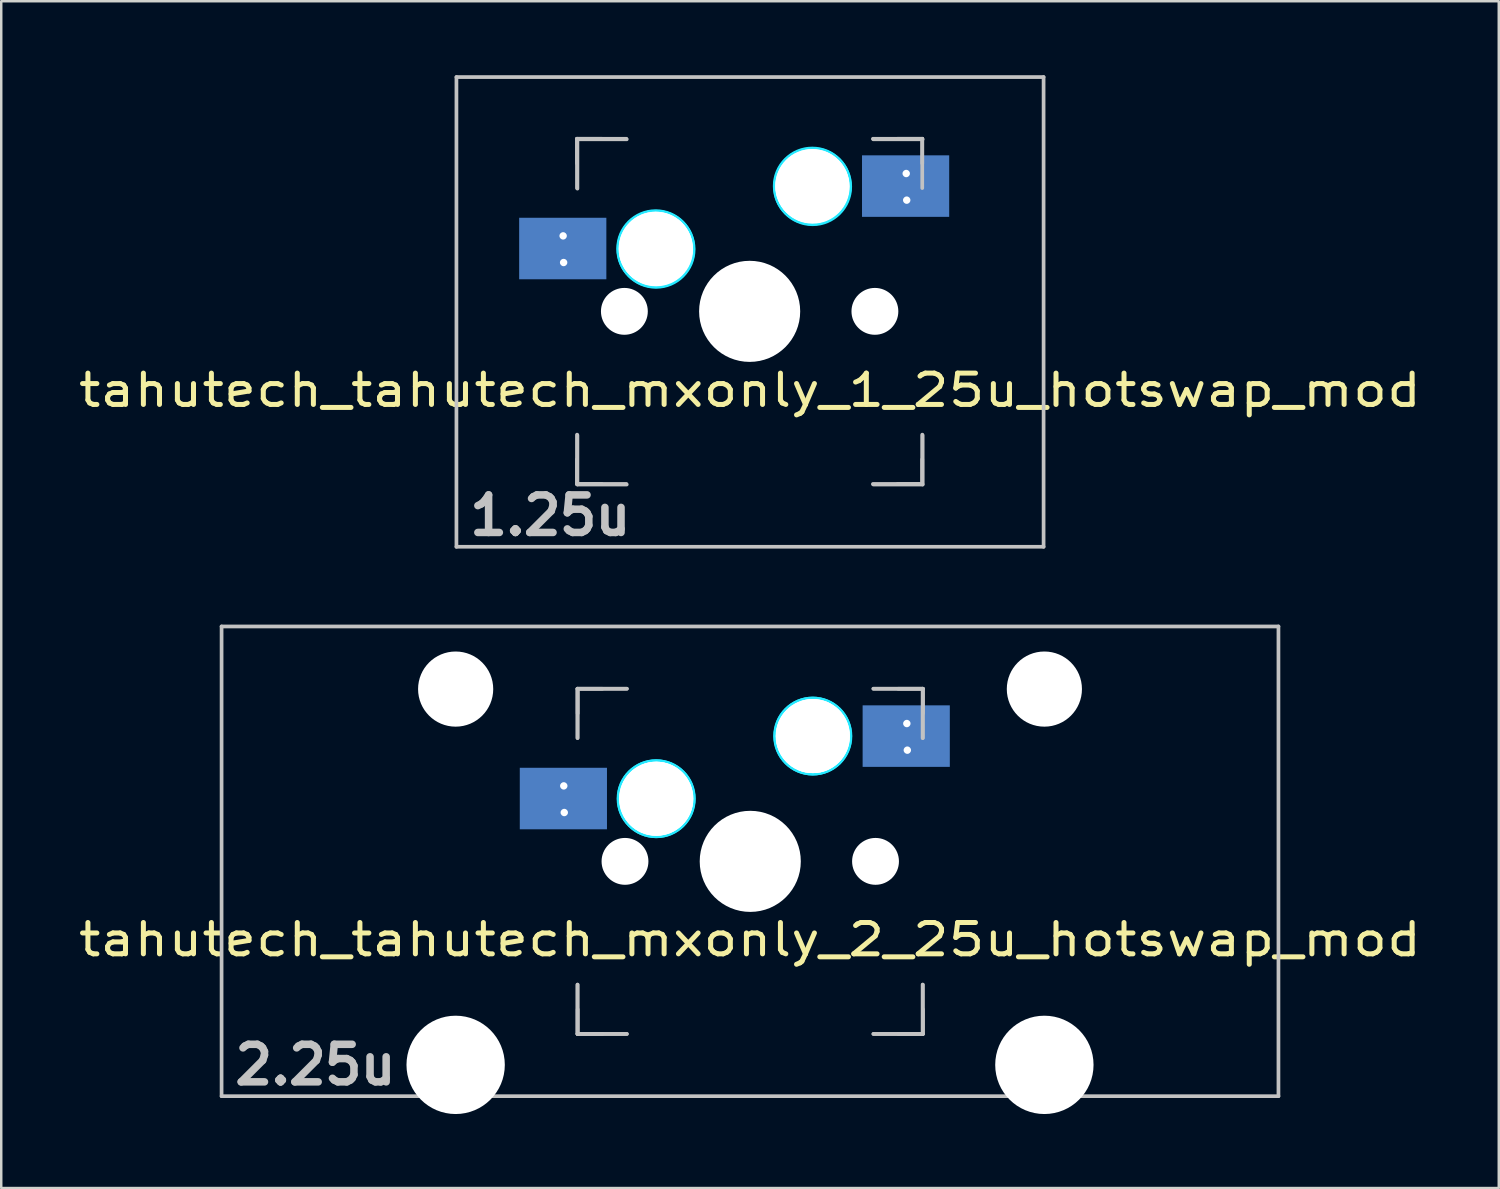
<source format=kicad_pcb>
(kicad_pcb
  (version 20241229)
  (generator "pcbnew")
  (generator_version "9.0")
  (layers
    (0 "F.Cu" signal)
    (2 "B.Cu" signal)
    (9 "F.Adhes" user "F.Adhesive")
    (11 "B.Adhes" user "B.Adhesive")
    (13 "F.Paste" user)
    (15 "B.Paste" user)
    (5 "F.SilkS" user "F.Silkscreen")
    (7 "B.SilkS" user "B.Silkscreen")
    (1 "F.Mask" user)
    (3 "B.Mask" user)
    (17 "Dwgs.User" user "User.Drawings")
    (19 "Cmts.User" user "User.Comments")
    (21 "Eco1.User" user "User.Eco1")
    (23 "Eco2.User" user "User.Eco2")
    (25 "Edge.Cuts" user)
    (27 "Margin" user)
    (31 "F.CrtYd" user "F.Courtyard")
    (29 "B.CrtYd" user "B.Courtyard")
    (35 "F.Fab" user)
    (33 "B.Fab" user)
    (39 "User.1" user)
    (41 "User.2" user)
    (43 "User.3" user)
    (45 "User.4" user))
  (footprint "tahutech_tahutech_mxonly_1_25u_hotswap_mod"
    (layer "F.Cu")
    (at 27.367 9.6)
    (property "Reference" "tahutech_tahutech_mxonly_1_25u_hotswap_mod" (at 0 3.175 0) (layer "F.SilkS") (effects (font (size 1.27 1.524) (thickness 0.203))))
    (attr smd)
    (fp_line (start -11.906 -9.525) (end 11.906 -9.525) (stroke (width 0.15) (type solid)) (layer "Dwgs.User"))
    (fp_line (start -11.906 9.525) (end -11.906 -9.525) (stroke (width 0.15) (type solid)) (layer "Dwgs.User"))
    (fp_line (start -7.015 -7.023) (end -7.015 -5.023) (stroke (width 0.15) (type solid)) (layer "Dwgs.User"))
    (fp_line (start -7.015 -7.023) (end -6.015 -7.023) (stroke (width 0.15) (type solid)) (layer "Dwgs.User"))
    (fp_line (start -7.015 -6.023) (end -7.015 -7.023) (stroke (width 0.15) (type solid)) (layer "Dwgs.User"))
    (fp_line (start -7.015 4.977) (end -7.015 6.977) (stroke (width 0.15) (type solid)) (layer "Dwgs.User"))
    (fp_line (start -7.015 5.977) (end -7.015 6.977) (stroke (width 0.15) (type solid)) (layer "Dwgs.User"))
    (fp_line (start -7.015 6.977) (end -6.015 6.977) (stroke (width 0.15) (type solid)) (layer "Dwgs.User"))
    (fp_line (start -7.015 6.977) (end -5.015 6.977) (stroke (width 0.15) (type solid)) (layer "Dwgs.User"))
    (fp_line (start -7 -7) (end -7 -5) (stroke (width 0.15) (type solid)) (layer "Dwgs.User"))
    (fp_line (start -7 5) (end -7 7) (stroke (width 0.15) (type solid)) (layer "Dwgs.User"))
    (fp_line (start -7 7) (end -5 7) (stroke (width 0.15) (type solid)) (layer "Dwgs.User"))
    (fp_line (start -5.015 -7.023) (end -7.015 -7.023) (stroke (width 0.15) (type solid)) (layer "Dwgs.User"))
    (fp_line (start -5 -7) (end -7 -7) (stroke (width 0.15) (type solid)) (layer "Dwgs.User"))
    (fp_line (start 4.985 -7.023) (end 6.985 -7.023) (stroke (width 0.15) (type solid)) (layer "Dwgs.User"))
    (fp_line (start 4.985 6.977) (end 6.985 6.977) (stroke (width 0.15) (type solid)) (layer "Dwgs.User"))
    (fp_line (start 5 -7) (end 7 -7) (stroke (width 0.15) (type solid)) (layer "Dwgs.User"))
    (fp_line (start 5 7) (end 7 7) (stroke (width 0.15) (type solid)) (layer "Dwgs.User"))
    (fp_line (start 5.985 6.977) (end 6.985 6.977) (stroke (width 0.15) (type solid)) (layer "Dwgs.User"))
    (fp_line (start 6.985 -7.023) (end 5.985 -7.023) (stroke (width 0.15) (type solid)) (layer "Dwgs.User"))
    (fp_line (start 6.985 -7.023) (end 6.985 -6.023) (stroke (width 0.15) (type solid)) (layer "Dwgs.User"))
    (fp_line (start 6.985 -7.023) (end 6.985 -5.023) (stroke (width 0.15) (type solid)) (layer "Dwgs.User"))
    (fp_line (start 6.985 6.977) (end 6.985 4.977) (stroke (width 0.15) (type solid)) (layer "Dwgs.User"))
    (fp_line (start 6.985 6.977) (end 6.985 5.977) (stroke (width 0.15) (type solid)) (layer "Dwgs.User"))
    (fp_line (start 7 7) (end 7 5) (stroke (width 0.15) (type solid)) (layer "Dwgs.User"))
    (fp_line (start 11.906 -9.525) (end 11.906 9.525) (stroke (width 0.15) (type solid)) (layer "Dwgs.User"))
    (fp_line (start 11.906 9.525) (end -11.906 9.525) (stroke (width 0.15) (type solid)) (layer "Dwgs.User"))
    (fp_circle (center -3.825 -2.563) (end -3.825 -4.087) (stroke (width 0.15) (type solid)) (fill no) (layer "B.CrtYd"))
    (fp_circle (center -3.81 -2.54) (end -3.81 -4.064) (stroke (width 0.15) (type solid)) (fill no) (layer "B.CrtYd"))
    (fp_circle (center 2.525 -5.103) (end 2.525 -6.627) (stroke (width 0.15) (type solid)) (fill no) (layer "B.CrtYd"))
    (fp_circle (center 2.54 -5.08) (end 2.54 -6.604) (stroke (width 0.15) (type solid)) (fill no) (layer "B.CrtYd"))
    (fp_text user "1.25u" (at -8.098 8.255 0) (layer "Dwgs.User") (effects (font (size 1.524 1.524) (thickness 0.305))))
    (pad "" np_thru_hole circle (at -5.095 -0.023 48.1) (size 1.75 1.75) (drill 1.75) (layers "*.Cu" "*.Mask"))
    (pad "" np_thru_hole circle (at -5.095 -0.023) (size 1.9 1.9) (drill 1.9) (layers "*.Cu" "*.Mask"))
    (pad "" np_thru_hole circle (at -5.08 0 48.1) (size 1.75 1.75) (drill 1.75) (layers "*.Cu" "*.Mask"))
    (pad "" np_thru_hole circle (at -3.825 -2.563) (size 3 3) (drill 3) (layers "*.Cu" "*.Mask"))
    (pad "" np_thru_hole circle (at -3.825 -2.563) (size 3 3) (drill 3) (layers "*.Cu" "*.Mask"))
    (pad "" np_thru_hole circle (at -3.81 -2.54) (size 3 3) (drill 3) (layers "*.Cu" "*.Mask"))
    (pad "" np_thru_hole circle (at -0.015 -0.023) (size 3.988 3.988) (drill 3.988) (layers "*.Cu" "*.Mask"))
    (pad "" np_thru_hole circle (at -0.015 -0.023 90) (size 4.1 4.1) (drill 4.1) (layers "*.Cu" "*.Mask"))
    (pad "" np_thru_hole circle (at 0 0) (size 3.988 3.988) (drill 3.988) (layers "*.Cu" "*.Mask"))
    (pad "" np_thru_hole circle (at 2.525 -5.103) (size 3 3) (drill 3) (layers "*.Cu" "*.Mask"))
    (pad "" np_thru_hole circle (at 2.525 -5.103) (size 3 3) (drill 3) (layers "*.Cu" "*.Mask"))
    (pad "" np_thru_hole circle (at 2.54 -5.08) (size 3 3) (drill 3) (layers "*.Cu" "*.Mask"))
    (pad "" np_thru_hole circle (at 5.065 -0.023 48.1) (size 1.75 1.75) (drill 1.75) (layers "*.Cu" "*.Mask"))
    (pad "" np_thru_hole circle (at 5.065 -0.023) (size 1.9 1.9) (drill 1.9) (layers "*.Cu" "*.Mask"))
    (pad "" np_thru_hole circle (at 5.08 0 48.1) (size 1.75 1.75) (drill 1.75) (layers "*.Cu" "*.Mask"))
    (pad "1" smd rect (at -7.594 -2.571 180) (size 3.536 2.495) (layers "B.Cu" "B.Mask" "B.Paste"))
    (pad "1" thru_hole circle (at -7.579 -3.084) (size 0.6 0.6) (drill 0.3) (layers "*.Cu" "*.Mask"))
    (pad "1" thru_hole circle (at -7.559 -2.004) (size 0.6 0.6) (drill 0.3) (layers "*.Cu" "*.Mask"))
    (pad "2" smd rect (at 6.31 -5.103 180) (size 3.536 2.495) (layers "B.Cu" "B.Mask" "B.Paste"))
    (pad "2" thru_hole circle (at 6.335 -5.613) (size 0.6 0.6) (drill 0.3) (layers "*.Cu" "*.Mask"))
    (pad "2" thru_hole circle (at 6.355 -4.533) (size 0.6 0.6) (drill 0.3) (layers "*.Cu" "*.Mask")))
  (footprint "tahutech_tahutech_mxonly_2_25u_hotswap_mod"
    (layer "F.Cu")
    (at 27.367 31.881)
    (property "Reference" "tahutech_tahutech_mxonly_2_25u_hotswap_mod" (at 0 3.175 0) (layer "F.SilkS") (effects (font (size 1.27 1.524) (thickness 0.203))))
    (attr smd)
    (fp_line (start -21.431 -9.525) (end 21.431 -9.525) (stroke (width 0.15) (type solid)) (layer "Dwgs.User"))
    (fp_line (start -21.431 9.525) (end -21.431 -9.525) (stroke (width 0.15) (type solid)) (layer "Dwgs.User"))
    (fp_line (start -7 -7) (end -7 -5) (stroke (width 0.15) (type solid)) (layer "Dwgs.User"))
    (fp_line (start -7 5) (end -7 7) (stroke (width 0.15) (type solid)) (layer "Dwgs.User"))
    (fp_line (start -7 7) (end -5 7) (stroke (width 0.15) (type solid)) (layer "Dwgs.User"))
    (fp_line (start -6.99 -6.998) (end -6.99 -4.998) (stroke (width 0.15) (type solid)) (layer "Dwgs.User"))
    (fp_line (start -6.99 -6.998) (end -5.99 -6.998) (stroke (width 0.15) (type solid)) (layer "Dwgs.User"))
    (fp_line (start -6.99 -5.998) (end -6.99 -6.998) (stroke (width 0.15) (type solid)) (layer "Dwgs.User"))
    (fp_line (start -6.99 5.002) (end -6.99 7.002) (stroke (width 0.15) (type solid)) (layer "Dwgs.User"))
    (fp_line (start -6.99 6.002) (end -6.99 7.002) (stroke (width 0.15) (type solid)) (layer "Dwgs.User"))
    (fp_line (start -6.99 7.002) (end -5.99 7.002) (stroke (width 0.15) (type solid)) (layer "Dwgs.User"))
    (fp_line (start -6.99 7.002) (end -4.99 7.002) (stroke (width 0.15) (type solid)) (layer "Dwgs.User"))
    (fp_line (start -5 -7) (end -7 -7) (stroke (width 0.15) (type solid)) (layer "Dwgs.User"))
    (fp_line (start -4.99 -6.998) (end -6.99 -6.998) (stroke (width 0.15) (type solid)) (layer "Dwgs.User"))
    (fp_line (start 5 -7) (end 7 -7) (stroke (width 0.15) (type solid)) (layer "Dwgs.User"))
    (fp_line (start 5 7) (end 7 7) (stroke (width 0.15) (type solid)) (layer "Dwgs.User"))
    (fp_line (start 5.01 -6.998) (end 7.01 -6.998) (stroke (width 0.15) (type solid)) (layer "Dwgs.User"))
    (fp_line (start 5.01 7.002) (end 7.01 7.002) (stroke (width 0.15) (type solid)) (layer "Dwgs.User"))
    (fp_line (start 6.01 7.002) (end 7.01 7.002) (stroke (width 0.15) (type solid)) (layer "Dwgs.User"))
    (fp_line (start 7 -7) (end 7 -5) (stroke (width 0.15) (type solid)) (layer "Dwgs.User"))
    (fp_line (start 7 7) (end 7 5) (stroke (width 0.15) (type solid)) (layer "Dwgs.User"))
    (fp_line (start 7.01 -6.998) (end 6.01 -6.998) (stroke (width 0.15) (type solid)) (layer "Dwgs.User"))
    (fp_line (start 7.01 -6.998) (end 7.01 -5.998) (stroke (width 0.15) (type solid)) (layer "Dwgs.User"))
    (fp_line (start 7.01 -6.998) (end 7.01 -4.998) (stroke (width 0.15) (type solid)) (layer "Dwgs.User"))
    (fp_line (start 7.01 7.002) (end 7.01 5.002) (stroke (width 0.15) (type solid)) (layer "Dwgs.User"))
    (fp_line (start 7.01 7.002) (end 7.01 6.002) (stroke (width 0.15) (type solid)) (layer "Dwgs.User"))
    (fp_line (start 21.431 -9.525) (end 21.431 9.525) (stroke (width 0.15) (type solid)) (layer "Dwgs.User"))
    (fp_line (start 21.431 9.525) (end -21.431 9.525) (stroke (width 0.15) (type solid)) (layer "Dwgs.User"))
    (fp_circle (center -3.81 -2.54) (end -3.81 -4.064) (stroke (width 0.15) (type solid)) (fill no) (layer "B.CrtYd"))
    (fp_circle (center -3.8 -2.538) (end -3.8 -4.062) (stroke (width 0.15) (type solid)) (fill no) (layer "B.CrtYd"))
    (fp_circle (center 2.54 -5.08) (end 2.54 -6.604) (stroke (width 0.15) (type solid)) (fill no) (layer "B.CrtYd"))
    (fp_circle (center 2.55 -5.078) (end 2.55 -6.602) (stroke (width 0.15) (type solid)) (fill no) (layer "B.CrtYd"))
    (fp_text user "2.25u" (at -17.623 8.255 0) (layer "Dwgs.User") (effects (font (size 1.524 1.524) (thickness 0.305))))
    (pad "" np_thru_hole circle (at -11.938 -6.985) (size 3.048 3.048) (drill 3.048) (layers "*.Cu" "*.Mask"))
    (pad "" np_thru_hole circle (at -11.938 8.255) (size 3.988 3.988) (drill 3.988) (layers "*.Cu" "*.Mask"))
    (pad "" np_thru_hole circle (at -5.08 0 48.1) (size 1.75 1.75) (drill 1.75) (layers "*.Cu" "*.Mask"))
    (pad "" np_thru_hole circle (at -5.07 0.002 48.1) (size 1.75 1.75) (drill 1.75) (layers "*.Cu" "*.Mask"))
    (pad "" np_thru_hole circle (at -5.07 0.002) (size 1.9 1.9) (drill 1.9) (layers "*.Cu" "*.Mask"))
    (pad "" np_thru_hole circle (at -3.81 -2.54) (size 3 3) (drill 3) (layers "*.Cu" "*.Mask"))
    (pad "" np_thru_hole circle (at -3.8 -2.538) (size 3 3) (drill 3) (layers "*.Cu" "*.Mask"))
    (pad "" np_thru_hole circle (at -3.8 -2.538) (size 3 3) (drill 3) (layers "*.Cu" "*.Mask"))
    (pad "" np_thru_hole circle (at 0 0) (size 3.988 3.988) (drill 3.988) (layers "*.Cu" "*.Mask"))
    (pad "" np_thru_hole circle (at 0.01 0.002) (size 3.988 3.988) (drill 3.988) (layers "*.Cu" "*.Mask"))
    (pad "" np_thru_hole circle (at 0.01 0.002 90) (size 4.1 4.1) (drill 4.1) (layers "*.Cu" "*.Mask"))
    (pad "" np_thru_hole circle (at 2.54 -5.08) (size 3 3) (drill 3) (layers "*.Cu" "*.Mask"))
    (pad "" np_thru_hole circle (at 2.55 -5.078) (size 3 3) (drill 3) (layers "*.Cu" "*.Mask"))
    (pad "" np_thru_hole circle (at 2.55 -5.078) (size 3 3) (drill 3) (layers "*.Cu" "*.Mask"))
    (pad "" np_thru_hole circle (at 5.08 0 48.1) (size 1.75 1.75) (drill 1.75) (layers "*.Cu" "*.Mask"))
    (pad "" np_thru_hole circle (at 5.09 0.002 48.1) (size 1.75 1.75) (drill 1.75) (layers "*.Cu" "*.Mask"))
    (pad "" np_thru_hole circle (at 5.09 0.002) (size 1.9 1.9) (drill 1.9) (layers "*.Cu" "*.Mask"))
    (pad "" np_thru_hole circle (at 11.938 -6.985) (size 3.048 3.048) (drill 3.048) (layers "*.Cu" "*.Mask"))
    (pad "" np_thru_hole circle (at 11.938 8.255) (size 3.988 3.988) (drill 3.988) (layers "*.Cu" "*.Mask"))
    (pad "1" smd rect (at -7.569 -2.546 180) (size 3.536 2.495) (layers "B.Cu" "B.Mask" "B.Paste"))
    (pad "1" thru_hole circle (at -7.553 -3.059) (size 0.6 0.6) (drill 0.3) (layers "*.Cu" "*.Mask"))
    (pad "1" thru_hole circle (at -7.533 -1.979) (size 0.6 0.6) (drill 0.3) (layers "*.Cu" "*.Mask"))
    (pad "2" smd rect (at 6.335 -5.078 180) (size 3.536 2.495) (layers "B.Cu" "B.Mask" "B.Paste"))
    (pad "2" thru_hole circle (at 6.36 -5.588) (size 0.6 0.6) (drill 0.3) (layers "*.Cu" "*.Mask"))
    (pad "2" thru_hole circle (at 6.38 -4.508) (size 0.6 0.6) (drill 0.3) (layers "*.Cu" "*.Mask")))
  (gr_rect
    (start -3 -3)
    (end 57.733 45.13)
    (stroke (width 0.1) (type default))
    (fill no)
    (layer "Edge.Cuts")))
</source>
